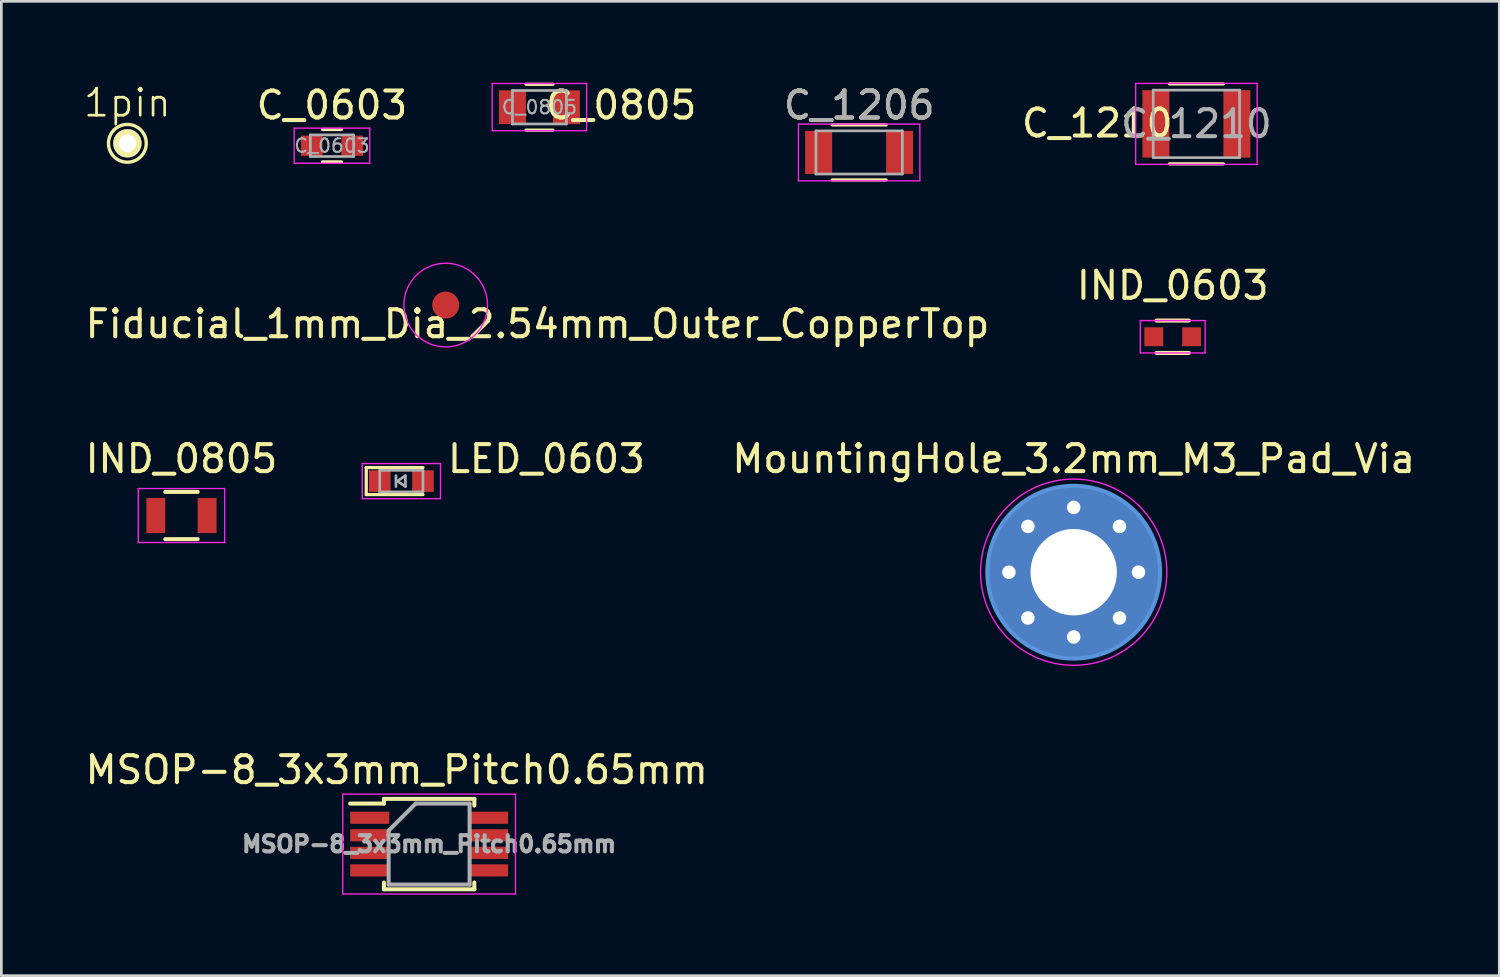
<source format=kicad_pcb>
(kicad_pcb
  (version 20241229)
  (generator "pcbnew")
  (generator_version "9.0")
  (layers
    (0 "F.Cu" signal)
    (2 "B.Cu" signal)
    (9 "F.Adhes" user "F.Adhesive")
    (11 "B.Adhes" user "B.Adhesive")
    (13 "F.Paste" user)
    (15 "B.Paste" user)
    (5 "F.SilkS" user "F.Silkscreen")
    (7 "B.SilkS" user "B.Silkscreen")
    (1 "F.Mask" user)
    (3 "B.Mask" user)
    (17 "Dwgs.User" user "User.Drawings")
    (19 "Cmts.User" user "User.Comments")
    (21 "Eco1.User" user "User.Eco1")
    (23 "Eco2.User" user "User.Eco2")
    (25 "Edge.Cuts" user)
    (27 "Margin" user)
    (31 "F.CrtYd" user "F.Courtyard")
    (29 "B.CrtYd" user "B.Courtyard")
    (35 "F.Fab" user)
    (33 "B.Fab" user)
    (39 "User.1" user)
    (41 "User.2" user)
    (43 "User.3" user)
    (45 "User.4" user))
  (footprint "MountingHole_3.2mm_M3_Pad_Via"
    (layer "F.Cu")
    (at 36.731 18.15)
    (property "Reference" "MountingHole_3.2mm_M3_Pad_Via" (at 0 -4.2 0) (layer "F.SilkS") (effects (font (size 1 1) (thickness 0.15))))
    (attr through_hole)
    (fp_circle (center 0 0) (end 3.2 0) (stroke (width 0.15) (type solid)) (fill no) (layer "Cmts.User"))
    (fp_circle (center 0 0) (end 3.45 0) (stroke (width 0.05) (type solid)) (fill no) (layer "F.CrtYd"))
    (pad "" thru_hole circle (at -2.4 0) (size 0.6 0.6) (drill 0.5) (layers "*.Cu" "*.Mask"))
    (pad "" thru_hole circle (at -1.697 -1.697) (size 0.6 0.6) (drill 0.5) (layers "*.Cu" "*.Mask"))
    (pad "" thru_hole circle (at -1.697 1.697) (size 0.6 0.6) (drill 0.5) (layers "*.Cu" "*.Mask"))
    (pad "" thru_hole circle (at 0 -2.4) (size 0.6 0.6) (drill 0.5) (layers "*.Cu" "*.Mask"))
    (pad "" thru_hole circle (at 0 2.4) (size 0.6 0.6) (drill 0.5) (layers "*.Cu" "*.Mask"))
    (pad "" thru_hole circle (at 1.697 -1.697) (size 0.6 0.6) (drill 0.5) (layers "*.Cu" "*.Mask"))
    (pad "" thru_hole circle (at 1.697 1.697) (size 0.6 0.6) (drill 0.5) (layers "*.Cu" "*.Mask"))
    (pad "" thru_hole circle (at 2.4 0) (size 0.6 0.6) (drill 0.5) (layers "*.Cu" "*.Mask"))
    (pad "1" thru_hole circle (at 0 0) (size 6.4 6.4) (drill 3.2) (layers "*.Cu" "*.Mask")))
  (footprint "MSOP-8_3x3mm_Pitch0.65mm"
    (layer "F.Cu")
    (at 12.849 28.223)
    (property "Reference" "MSOP-8_3x3mm_Pitch0.65mm" (at -1.2 -2.75 0) (layer "F.SilkS") (effects (font (size 1 1) (thickness 0.15))))
    (attr smd)
    (fp_line (start -1.675 -1.675) (end -1.675 -1.5) (stroke (width 0.15) (type solid)) (layer "F.SilkS"))
    (fp_line (start -1.675 -1.675) (end 1.675 -1.675) (stroke (width 0.15) (type solid)) (layer "F.SilkS"))
    (fp_line (start -1.675 -1.5) (end -2.925 -1.5) (stroke (width 0.15) (type solid)) (layer "F.SilkS"))
    (fp_line (start -1.675 1.675) (end -1.675 1.425) (stroke (width 0.15) (type solid)) (layer "F.SilkS"))
    (fp_line (start -1.675 1.675) (end 1.675 1.675) (stroke (width 0.15) (type solid)) (layer "F.SilkS"))
    (fp_line (start 1.675 -1.675) (end 1.675 -1.425) (stroke (width 0.15) (type solid)) (layer "F.SilkS"))
    (fp_line (start 1.675 1.675) (end 1.675 1.425) (stroke (width 0.15) (type solid)) (layer "F.SilkS"))
    (fp_line (start -3.2 -1.85) (end -3.2 1.85) (stroke (width 0.05) (type solid)) (layer "F.CrtYd"))
    (fp_line (start -3.2 -1.85) (end 3.2 -1.85) (stroke (width 0.05) (type solid)) (layer "F.CrtYd"))
    (fp_line (start -3.2 1.85) (end 3.2 1.85) (stroke (width 0.05) (type solid)) (layer "F.CrtYd"))
    (fp_line (start 3.2 -1.85) (end 3.2 1.85) (stroke (width 0.05) (type solid)) (layer "F.CrtYd"))
    (fp_line (start -1.5 -0.5) (end -0.5 -1.5) (stroke (width 0.15) (type solid)) (layer "F.Fab"))
    (fp_line (start -1.5 1.5) (end -1.5 -0.5) (stroke (width 0.15) (type solid)) (layer "F.Fab"))
    (fp_line (start -0.5 -1.5) (end 1.5 -1.5) (stroke (width 0.15) (type solid)) (layer "F.Fab"))
    (fp_line (start 1.5 -1.5) (end 1.5 1.5) (stroke (width 0.15) (type solid)) (layer "F.Fab"))
    (fp_line (start 1.5 1.5) (end -1.5 1.5) (stroke (width 0.15) (type solid)) (layer "F.Fab"))
    (fp_text user "${REFERENCE}" (at 0 0 0) (layer "F.Fab") (effects (font (size 0.6 0.6) (thickness 0.15))))
    (pad "1" smd rect (at -2.2 -0.975) (size 1.45 0.45) (layers "F.Cu" "F.Mask" "F.Paste"))
    (pad "2" smd rect (at -2.2 -0.325) (size 1.45 0.45) (layers "F.Cu" "F.Mask" "F.Paste"))
    (pad "3" smd rect (at -2.2 0.325) (size 1.45 0.45) (layers "F.Cu" "F.Mask" "F.Paste"))
    (pad "4" smd rect (at -2.2 0.975) (size 1.45 0.45) (layers "F.Cu" "F.Mask" "F.Paste"))
    (pad "5" smd rect (at 2.2 0.975) (size 1.45 0.45) (layers "F.Cu" "F.Mask" "F.Paste"))
    (pad "6" smd rect (at 2.2 0.325) (size 1.45 0.45) (layers "F.Cu" "F.Mask" "F.Paste"))
    (pad "7" smd rect (at 2.2 -0.325) (size 1.45 0.45) (layers "F.Cu" "F.Mask" "F.Paste"))
    (pad "8" smd rect (at 2.2 -0.975) (size 1.45 0.45) (layers "F.Cu" "F.Mask" "F.Paste")))
  (footprint "Fiducial_1mm_Dia_2.54mm_Outer_CopperTop"
    (layer "F.Cu")
    (at 13.463 8.253)
    (property "Reference" "Fiducial_1mm_Dia_2.54mm_Outer_CopperTop" (at 3.4 0.7 0) (layer "F.SilkS") (effects (font (size 1 1) (thickness 0.15))))
    (attr exclude_from_pos_files exclude_from_bom)
    (fp_circle (center 0 0) (end 1.55 0) (stroke (width 0.05) (type solid)) (fill no) (layer "F.CrtYd"))
    (pad "~" smd circle (at 0 0) (size 1 1) (layers "F.Cu" "F.Mask")))
  (footprint "C_1206"
    (layer "F.Cu")
    (at 28.781 2.598)
    (property "Reference" "C_1206" (at 0 -1.75 0) (layer "F.SilkS") (effects (font (size 1 1) (thickness 0.15))))
    (attr smd)
    (fp_line (start -1 1.02) (end 1 1.02) (stroke (width 0.12) (type solid)) (layer "F.SilkS"))
    (fp_line (start 1 -1.02) (end -1 -1.02) (stroke (width 0.12) (type solid)) (layer "F.SilkS"))
    (fp_line (start -2.25 -1.05) (end -2.25 1.05) (stroke (width 0.05) (type solid)) (layer "F.CrtYd"))
    (fp_line (start -2.25 -1.05) (end 2.25 -1.05) (stroke (width 0.05) (type solid)) (layer "F.CrtYd"))
    (fp_line (start 2.25 1.05) (end -2.25 1.05) (stroke (width 0.05) (type solid)) (layer "F.CrtYd"))
    (fp_line (start 2.25 1.05) (end 2.25 -1.05) (stroke (width 0.05) (type solid)) (layer "F.CrtYd"))
    (fp_line (start -1.6 -0.8) (end 1.6 -0.8) (stroke (width 0.1) (type solid)) (layer "F.Fab"))
    (fp_line (start -1.6 0.8) (end -1.6 -0.8) (stroke (width 0.1) (type solid)) (layer "F.Fab"))
    (fp_line (start 1.6 -0.8) (end 1.6 0.8) (stroke (width 0.1) (type solid)) (layer "F.Fab"))
    (fp_line (start 1.6 0.8) (end -1.6 0.8) (stroke (width 0.1) (type solid)) (layer "F.Fab"))
    (fp_text user "${REFERENCE}" (at 0 -1.75 0) (layer "F.Fab") (effects (font (size 1 1) (thickness 0.15))))
    (pad "1" smd rect (at -1.5 0) (size 1 1.6) (layers "F.Cu" "F.Mask" "F.Paste"))
    (pad "2" smd rect (at 1.5 0) (size 1 1.6) (layers "F.Cu" "F.Mask" "F.Paste")))
  (footprint "IND_0603"
    (layer "F.Cu")
    (at 40.399 9.427)
    (property "Reference" "IND_0603" (at 0 -1.9 0) (layer "F.SilkS") (effects (font (size 1 1) (thickness 0.15))))
    (attr smd)
    (fp_line (start -0.6 -0.6) (end 0.6 -0.6) (stroke (width 0.15) (type solid)) (layer "F.SilkS"))
    (fp_line (start 0.6 0.6) (end -0.6 0.6) (stroke (width 0.15) (type solid)) (layer "F.SilkS"))
    (fp_line (start -1.2 -0.6) (end -1.2 0.6) (stroke (width 0.05) (type solid)) (layer "F.CrtYd"))
    (fp_line (start -1.2 -0.6) (end 1.2 -0.6) (stroke (width 0.05) (type solid)) (layer "F.CrtYd"))
    (fp_line (start -1.2 0.6) (end 1.2 0.6) (stroke (width 0.05) (type solid)) (layer "F.CrtYd"))
    (fp_line (start 1.2 -0.6) (end 1.2 0.6) (stroke (width 0.05) (type solid)) (layer "F.CrtYd"))
    (pad "1" smd rect (at -0.7 0) (size 0.7 0.7) (layers "F.Cu" "F.Mask" "F.Paste"))
    (pad "2" smd rect (at 0.7 0) (size 0.7 0.7) (layers "F.Cu" "F.Mask" "F.Paste")))
  (footprint "IND_0805"
    (layer "F.Cu")
    (at 3.673 16.05)
    (property "Reference" "IND_0805" (at 0 -2.1 0) (layer "F.SilkS") (effects (font (size 1 1) (thickness 0.15))))
    (attr smd)
    (fp_line (start -0.6 -0.875) (end 0.6 -0.875) (stroke (width 0.15) (type solid)) (layer "F.SilkS"))
    (fp_line (start 0.6 0.875) (end -0.6 0.875) (stroke (width 0.15) (type solid)) (layer "F.SilkS"))
    (fp_line (start -1.6 -1) (end -1.6 1) (stroke (width 0.05) (type solid)) (layer "F.CrtYd"))
    (fp_line (start -1.6 -1) (end 1.6 -1) (stroke (width 0.05) (type solid)) (layer "F.CrtYd"))
    (fp_line (start -1.6 1) (end 1.6 1) (stroke (width 0.05) (type solid)) (layer "F.CrtYd"))
    (fp_line (start 1.6 -1) (end 1.6 1) (stroke (width 0.05) (type solid)) (layer "F.CrtYd"))
    (pad "1" smd rect (at -0.95 0) (size 0.7 1.3) (layers "F.Cu" "F.Mask" "F.Paste"))
    (pad "2" smd rect (at 0.95 0) (size 0.7 1.3) (layers "F.Cu" "F.Mask" "F.Paste")))
  (footprint "C_0805"
    (layer "F.Cu")
    (at 16.935 0.923)
    (property "Reference" "C_0805" (at 3.025 -0.075 0) (layer "F.SilkS") (effects (font (size 1 1) (thickness 0.15))))
    (attr smd)
    (fp_line (start -0.5 0.85) (end 0.5 0.85) (stroke (width 0.12) (type solid)) (layer "F.SilkS"))
    (fp_line (start 0.5 -0.85) (end -0.5 -0.85) (stroke (width 0.12) (type solid)) (layer "F.SilkS"))
    (fp_line (start -1.75 -0.88) (end -1.75 0.87) (stroke (width 0.05) (type solid)) (layer "F.CrtYd"))
    (fp_line (start -1.75 -0.88) (end 1.75 -0.88) (stroke (width 0.05) (type solid)) (layer "F.CrtYd"))
    (fp_line (start 1.75 0.87) (end -1.75 0.87) (stroke (width 0.05) (type solid)) (layer "F.CrtYd"))
    (fp_line (start 1.75 0.87) (end 1.75 -0.88) (stroke (width 0.05) (type solid)) (layer "F.CrtYd"))
    (fp_line (start -1 -0.62) (end 1 -0.62) (stroke (width 0.1) (type solid)) (layer "F.Fab"))
    (fp_line (start -1 0.62) (end -1 -0.62) (stroke (width 0.1) (type solid)) (layer "F.Fab"))
    (fp_line (start 1 -0.62) (end 1 0.62) (stroke (width 0.1) (type solid)) (layer "F.Fab"))
    (fp_line (start 1 0.62) (end -1 0.62) (stroke (width 0.1) (type solid)) (layer "F.Fab"))
    (fp_text user "${REFERENCE}" (at 0 0 0) (layer "F.Fab") (effects (font (size 0.5 0.5) (thickness 0.075))))
    (pad "1" smd rect (at -1 0) (size 1 1.25) (layers "F.Cu" "F.Mask" "F.Paste"))
    (pad "2" smd rect (at 1 0) (size 1 1.25) (layers "F.Cu" "F.Mask" "F.Paste")))
  (footprint "C_1210"
    (layer "F.Cu")
    (at 41.277 1.54)
    (property "Reference" "C_1210" (at -3.675 -0.025 0) (layer "F.SilkS") (effects (font (size 1 1) (thickness 0.15))))
    (attr smd)
    (fp_line (start -1 1.48) (end 1 1.48) (stroke (width 0.12) (type solid)) (layer "F.SilkS"))
    (fp_line (start 1 -1.48) (end -1 -1.48) (stroke (width 0.12) (type solid)) (layer "F.SilkS"))
    (fp_line (start -2.25 -1.5) (end -2.25 1.5) (stroke (width 0.05) (type solid)) (layer "F.CrtYd"))
    (fp_line (start -2.25 -1.5) (end 2.25 -1.5) (stroke (width 0.05) (type solid)) (layer "F.CrtYd"))
    (fp_line (start 2.25 1.5) (end -2.25 1.5) (stroke (width 0.05) (type solid)) (layer "F.CrtYd"))
    (fp_line (start 2.25 1.5) (end 2.25 -1.5) (stroke (width 0.05) (type solid)) (layer "F.CrtYd"))
    (fp_line (start -1.6 -1.25) (end 1.6 -1.25) (stroke (width 0.1) (type solid)) (layer "F.Fab"))
    (fp_line (start -1.6 1.25) (end -1.6 -1.25) (stroke (width 0.1) (type solid)) (layer "F.Fab"))
    (fp_line (start 1.6 -1.25) (end 1.6 1.25) (stroke (width 0.1) (type solid)) (layer "F.Fab"))
    (fp_line (start 1.6 1.25) (end -1.6 1.25) (stroke (width 0.1) (type solid)) (layer "F.Fab"))
    (fp_text user "${REFERENCE}" (at 0 0 0) (layer "F.Fab") (effects (font (size 1 1) (thickness 0.15))))
    (pad "1" smd rect (at -1.5 0) (size 1 2.5) (layers "F.Cu" "F.Mask" "F.Paste"))
    (pad "2" smd rect (at 1.5 0) (size 1 2.5) (layers "F.Cu" "F.Mask" "F.Paste")))
  (footprint "LED_0603"
    (layer "F.Cu")
    (at 11.82 14.775)
    (property "Reference" "LED_0603" (at 5.375 -0.825 0) (layer "F.SilkS") (effects (font (size 1 1) (thickness 0.15))))
    (attr smd)
    (fp_line (start -1.3 -0.5) (end -1.3 0.5) (stroke (width 0.12) (type solid)) (layer "F.SilkS"))
    (fp_line (start -1.3 -0.5) (end 0.8 -0.5) (stroke (width 0.12) (type solid)) (layer "F.SilkS"))
    (fp_line (start -1.3 0.5) (end 0.8 0.5) (stroke (width 0.12) (type solid)) (layer "F.SilkS"))
    (fp_line (start -1.45 -0.65) (end 1.45 -0.65) (stroke (width 0.05) (type solid)) (layer "F.CrtYd"))
    (fp_line (start -1.45 0.65) (end -1.45 -0.65) (stroke (width 0.05) (type solid)) (layer "F.CrtYd"))
    (fp_line (start 1.45 -0.65) (end 1.45 0.65) (stroke (width 0.05) (type solid)) (layer "F.CrtYd"))
    (fp_line (start 1.45 0.65) (end -1.45 0.65) (stroke (width 0.05) (type solid)) (layer "F.CrtYd"))
    (fp_line (start -0.8 -0.4) (end 0.8 -0.4) (stroke (width 0.1) (type solid)) (layer "F.Fab"))
    (fp_line (start -0.8 0.4) (end -0.8 -0.4) (stroke (width 0.1) (type solid)) (layer "F.Fab"))
    (fp_line (start -0.2 -0.2) (end -0.2 0.2) (stroke (width 0.1) (type solid)) (layer "F.Fab"))
    (fp_line (start -0.15 0) (end 0.15 -0.2) (stroke (width 0.1) (type solid)) (layer "F.Fab"))
    (fp_line (start 0.15 -0.2) (end 0.15 0.2) (stroke (width 0.1) (type solid)) (layer "F.Fab"))
    (fp_line (start 0.15 0.2) (end -0.15 0) (stroke (width 0.1) (type solid)) (layer "F.Fab"))
    (fp_line (start 0.8 -0.4) (end 0.8 0.4) (stroke (width 0.1) (type solid)) (layer "F.Fab"))
    (fp_line (start 0.8 0.4) (end -0.8 0.4) (stroke (width 0.1) (type solid)) (layer "F.Fab"))
    (pad "1" smd rect (at -0.8 0 180) (size 0.8 0.8) (layers "F.Cu" "F.Mask" "F.Paste"))
    (pad "2" smd rect (at 0.8 0 180) (size 0.8 0.8) (layers "F.Cu" "F.Mask" "F.Paste")))
  (footprint "C_0603"
    (layer "F.Cu")
    (at 9.249 2.348)
    (property "Reference" "C_0603" (at 0 -1.5 0) (layer "F.SilkS") (effects (font (size 1 1) (thickness 0.15))))
    (attr smd)
    (fp_line (start -0.35 -0.6) (end 0.35 -0.6) (stroke (width 0.12) (type solid)) (layer "F.SilkS"))
    (fp_line (start 0.35 0.6) (end -0.35 0.6) (stroke (width 0.12) (type solid)) (layer "F.SilkS"))
    (fp_line (start -1.4 -0.65) (end -1.4 0.65) (stroke (width 0.05) (type solid)) (layer "F.CrtYd"))
    (fp_line (start -1.4 -0.65) (end 1.4 -0.65) (stroke (width 0.05) (type solid)) (layer "F.CrtYd"))
    (fp_line (start 1.4 0.65) (end -1.4 0.65) (stroke (width 0.05) (type solid)) (layer "F.CrtYd"))
    (fp_line (start 1.4 0.65) (end 1.4 -0.65) (stroke (width 0.05) (type solid)) (layer "F.CrtYd"))
    (fp_line (start -0.8 -0.4) (end 0.8 -0.4) (stroke (width 0.1) (type solid)) (layer "F.Fab"))
    (fp_line (start -0.8 0.4) (end -0.8 -0.4) (stroke (width 0.1) (type solid)) (layer "F.Fab"))
    (fp_line (start 0.8 -0.4) (end 0.8 0.4) (stroke (width 0.1) (type solid)) (layer "F.Fab"))
    (fp_line (start 0.8 0.4) (end -0.8 0.4) (stroke (width 0.1) (type solid)) (layer "F.Fab"))
    (fp_text user "${REFERENCE}" (at 0 0 0) (layer "F.Fab") (effects (font (size 0.5 0.5) (thickness 0.075))))
    (pad "1" smd rect (at -0.75 0) (size 0.8 0.75) (layers "F.Cu" "F.Mask" "F.Paste"))
    (pad "2" smd rect (at 0.75 0) (size 0.8 0.75) (layers "F.Cu" "F.Mask" "F.Paste")))
  (footprint "1pin"
    (layer "F.Cu")
    (at 1.669 2.26)
    (property "Reference" "1pin" (at 0 -1.5 0) (layer "F.SilkS") (effects (font (size 1 1) (thickness 0.1))))
    (attr through_hole)
    (fp_circle (center 0 0) (end 0 0.7) (stroke (width 0.125) (type solid)) (fill no) (layer "F.SilkS"))
    (pad "1" thru_hole circle (at 0 0) (size 1.05 1.05) (drill 0.65) (layers "*.Cu" "*.Mask" "F.SilkS")))
  (gr_rect
    (start -3 -3)
    (end 52.499 33.098)
    (stroke (width 0.1) (type default))
    (fill no)
    (layer "Edge.Cuts")))
</source>
